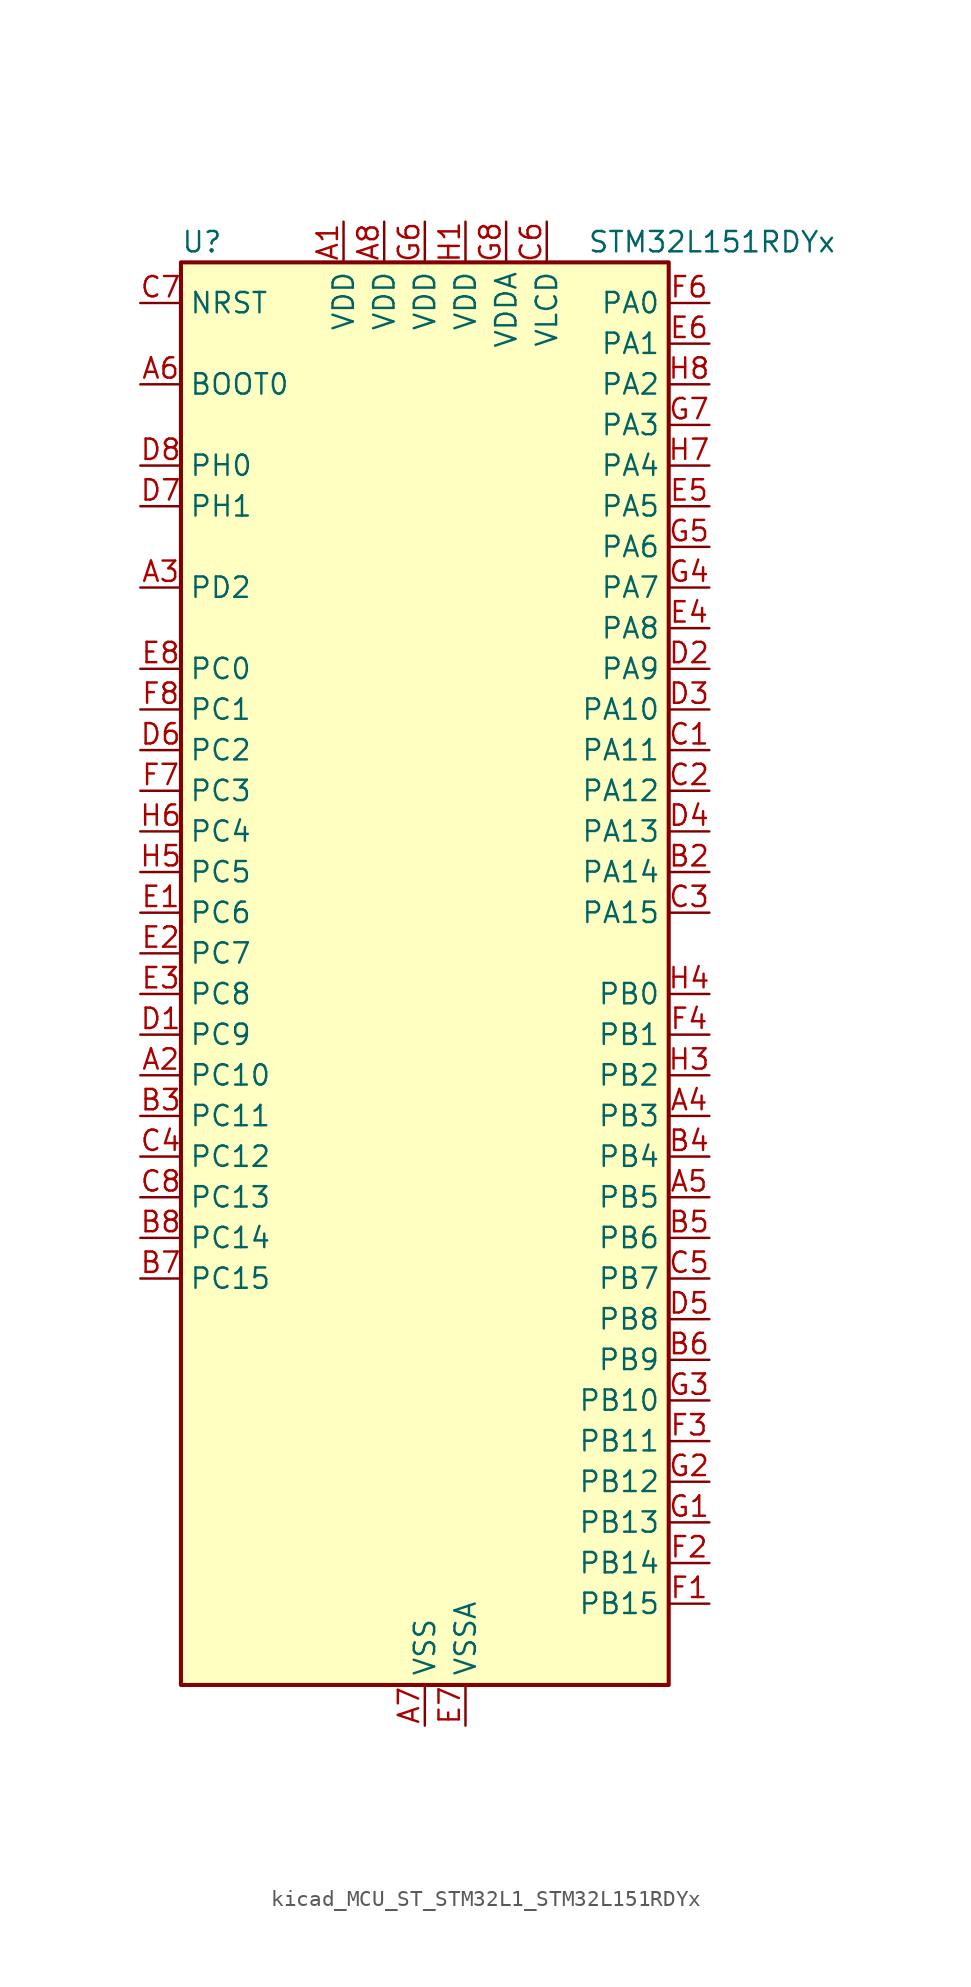
<source format=kicad_sym>
(kicad_symbol_lib
  (version 20220914)
  (generator kicad_symbol_editor)
  (symbol "kicad_MCU_ST_STM32L1_STM32L151RDYx"
    (property "Reference" "U"
      (at -15.24 46.99 0)
      (effects (font (size 1.27 1.27)) (justify left)))
    (property "Value" "STM32L151RDYx"
      (at 10.16 46.99 0)
      (effects (font (size 1.27 1.27)) (justify left)))
    (property "ki_locked" ""
      (at 0 0 0)
      (effects (font (size 1.27 1.27))))
    (symbol "kicad_MCU_ST_STM32L1_STM32L151RDYx_0_1"
      (rectangle (start -15.24 -43.18) (end 15.24 45.72) (stroke (width 0.254) (type default)) (fill (type background))))
    (symbol "kicad_MCU_ST_STM32L1_STM32L151RDYx_1_1"
      (pin power_in line (at -5.08 48.26 270) (length 2.54) (name "VDD" (effects (font (size 1.27 1.27)))) (number "A1" (effects (font (size 1.27 1.27)))))
      (pin bidirectional line (at -17.78 -5.08 0) (length 2.54) (name "PC10" (effects (font (size 1.27 1.27)))) (number "A2" (effects (font (size 1.27 1.27)))) (alternate "I2S3_CK" bidirectional line) (alternate "SDIO_D2" bidirectional line) (alternate "SPI3_SCK" bidirectional line) (alternate "TIMX_IC3" bidirectional line) (alternate "UART4_TX" bidirectional line) (alternate "USART3_TX" bidirectional line))
      (pin bidirectional line (at -17.78 25.4 0) (length 2.54) (name "PD2" (effects (font (size 1.27 1.27)))) (number "A3" (effects (font (size 1.27 1.27)))) (alternate "SDIO_CMD" bidirectional line) (alternate "TIM3_ETR" bidirectional line) (alternate "TIMX_IC3" bidirectional line) (alternate "UART5_RX" bidirectional line))
      (pin bidirectional line (at 17.78 -7.62 180) (length 2.54) (name "PB3" (effects (font (size 1.27 1.27)))) (number "A4" (effects (font (size 1.27 1.27)))) (alternate "COMP2_INM" bidirectional line) (alternate "I2S3_CK" bidirectional line) (alternate "SPI1_SCK" bidirectional line) (alternate "SPI3_SCK" bidirectional line) (alternate "SYS_JTDO-TRACESWO" bidirectional line) (alternate "TIM2_CH2" bidirectional line))
      (pin bidirectional line (at 17.78 -12.7 180) (length 2.54) (name "PB5" (effects (font (size 1.27 1.27)))) (number "A5" (effects (font (size 1.27 1.27)))) (alternate "COMP2_INP" bidirectional line) (alternate "I2C1_SMBA" bidirectional line) (alternate "I2S3_SD" bidirectional line) (alternate "SPI1_MOSI" bidirectional line) (alternate "SPI3_MOSI" bidirectional line) (alternate "TIM3_CH2" bidirectional line) (alternate "TS_G6_IO2" bidirectional line))
      (pin input line (at -17.78 38.1 0) (length 2.54) (name "BOOT0" (effects (font (size 1.27 1.27)))) (number "A6" (effects (font (size 1.27 1.27)))))
      (pin power_in line (at 0 -45.72 90) (length 2.54) (name "VSS" (effects (font (size 1.27 1.27)))) (number "A7" (effects (font (size 1.27 1.27)))))
      (pin power_in line (at -2.54 48.26 270) (length 2.54) (name "VDD" (effects (font (size 1.27 1.27)))) (number "A8" (effects (font (size 1.27 1.27)))))
      (pin passive line (at 0 -45.72 90) (length 2.54) hide (name "VSS" (effects (font (size 1.27 1.27)))) (number "B1" (effects (font (size 1.27 1.27)))))
      (pin bidirectional line (at 17.78 7.62 180) (length 2.54) (name "PA14" (effects (font (size 1.27 1.27)))) (number "B2" (effects (font (size 1.27 1.27)))) (alternate "SYS_JTCK-SWCLK" bidirectional line) (alternate "TIMX_IC3" bidirectional line) (alternate "TS_G5_IO2" bidirectional line))
      (pin bidirectional line (at -17.78 -7.62 0) (length 2.54) (name "PC11" (effects (font (size 1.27 1.27)))) (number "B3" (effects (font (size 1.27 1.27)))) (alternate "ADC_EXTI11" bidirectional line) (alternate "SDIO_D3" bidirectional line) (alternate "SPI3_MISO" bidirectional line) (alternate "TIMX_IC4" bidirectional line) (alternate "UART4_RX" bidirectional line) (alternate "USART3_RX" bidirectional line))
      (pin bidirectional line (at 17.78 -10.16 180) (length 2.54) (name "PB4" (effects (font (size 1.27 1.27)))) (number "B4" (effects (font (size 1.27 1.27)))) (alternate "COMP2_INP" bidirectional line) (alternate "SPI1_MISO" bidirectional line) (alternate "SPI3_MISO" bidirectional line) (alternate "SYS_JTRST" bidirectional line) (alternate "TIM3_CH1" bidirectional line) (alternate "TS_G6_IO1" bidirectional line))
      (pin bidirectional line (at 17.78 -15.24 180) (length 2.54) (name "PB6" (effects (font (size 1.27 1.27)))) (number "B5" (effects (font (size 1.27 1.27)))) (alternate "COMP2_INP" bidirectional line) (alternate "I2C1_SCL" bidirectional line) (alternate "TIM4_CH1" bidirectional line) (alternate "TS_G6_IO3" bidirectional line) (alternate "USART1_TX" bidirectional line))
      (pin bidirectional line (at 17.78 -22.86 180) (length 2.54) (name "PB9" (effects (font (size 1.27 1.27)))) (number "B6" (effects (font (size 1.27 1.27)))) (alternate "DAC_EXTI9" bidirectional line) (alternate "I2C1_SDA" bidirectional line) (alternate "SDIO_D5" bidirectional line) (alternate "TIM11_CH1" bidirectional line) (alternate "TIM4_CH4" bidirectional line))
      (pin bidirectional line (at -17.78 -17.78 0) (length 2.54) (name "PC15" (effects (font (size 1.27 1.27)))) (number "B7" (effects (font (size 1.27 1.27)))) (alternate "ADC_EXTI15" bidirectional line) (alternate "RCC_OSC32_OUT" bidirectional line) (alternate "TIMX_IC4" bidirectional line))
      (pin bidirectional line (at -17.78 -15.24 0) (length 2.54) (name "PC14" (effects (font (size 1.27 1.27)))) (number "B8" (effects (font (size 1.27 1.27)))) (alternate "RCC_OSC32_IN" bidirectional line) (alternate "TIMX_IC3" bidirectional line))
      (pin bidirectional line (at 17.78 15.24 180) (length 2.54) (name "PA11" (effects (font (size 1.27 1.27)))) (number "C1" (effects (font (size 1.27 1.27)))) (alternate "ADC_EXTI11" bidirectional line) (alternate "SPI1_MISO" bidirectional line) (alternate "TIMX_IC4" bidirectional line) (alternate "USART1_CTS" bidirectional line) (alternate "USB_DM" bidirectional line))
      (pin bidirectional line (at 17.78 12.7 180) (length 2.54) (name "PA12" (effects (font (size 1.27 1.27)))) (number "C2" (effects (font (size 1.27 1.27)))) (alternate "SPI1_MOSI" bidirectional line) (alternate "TIMX_IC1" bidirectional line) (alternate "USART1_RTS" bidirectional line) (alternate "USB_DP" bidirectional line))
      (pin bidirectional line (at 17.78 5.08 180) (length 2.54) (name "PA15" (effects (font (size 1.27 1.27)))) (number "C3" (effects (font (size 1.27 1.27)))) (alternate "ADC_EXTI15" bidirectional line) (alternate "I2S3_WS" bidirectional line) (alternate "SPI1_NSS" bidirectional line) (alternate "SPI3_NSS" bidirectional line) (alternate "SYS_JTDI" bidirectional line) (alternate "TIM2_CH1" bidirectional line) (alternate "TIM2_ETR" bidirectional line) (alternate "TIMX_IC4" bidirectional line) (alternate "TS_G5_IO3" bidirectional line))
      (pin bidirectional line (at -17.78 -10.16 0) (length 2.54) (name "PC12" (effects (font (size 1.27 1.27)))) (number "C4" (effects (font (size 1.27 1.27)))) (alternate "I2S3_SD" bidirectional line) (alternate "SDIO_CK" bidirectional line) (alternate "SPI3_MOSI" bidirectional line) (alternate "TIMX_IC1" bidirectional line) (alternate "UART5_TX" bidirectional line) (alternate "USART3_CK" bidirectional line))
      (pin bidirectional line (at 17.78 -17.78 180) (length 2.54) (name "PB7" (effects (font (size 1.27 1.27)))) (number "C5" (effects (font (size 1.27 1.27)))) (alternate "COMP2_INP" bidirectional line) (alternate "I2C1_SDA" bidirectional line) (alternate "SYS_PVD_IN" bidirectional line) (alternate "TIM4_CH2" bidirectional line) (alternate "TS_G6_IO4" bidirectional line) (alternate "USART1_RX" bidirectional line))
      (pin power_in line (at 7.62 48.26 270) (length 2.54) (name "VLCD" (effects (font (size 1.27 1.27)))) (number "C6" (effects (font (size 1.27 1.27)))))
      (pin input line (at -17.78 43.18 0) (length 2.54) (name "NRST" (effects (font (size 1.27 1.27)))) (number "C7" (effects (font (size 1.27 1.27)))))
      (pin bidirectional line (at -17.78 -12.7 0) (length 2.54) (name "PC13" (effects (font (size 1.27 1.27)))) (number "C8" (effects (font (size 1.27 1.27)))) (alternate "RTC_OUT_ALARM" bidirectional line) (alternate "RTC_OUT_CALIB" bidirectional line) (alternate "RTC_TAMP1" bidirectional line) (alternate "RTC_TS" bidirectional line) (alternate "SYS_WKUP2" bidirectional line) (alternate "TIMX_IC2" bidirectional line))
      (pin bidirectional line (at -17.78 -2.54 0) (length 2.54) (name "PC9" (effects (font (size 1.27 1.27)))) (number "D1" (effects (font (size 1.27 1.27)))) (alternate "DAC_EXTI9" bidirectional line) (alternate "SDIO_D1" bidirectional line) (alternate "TIM3_CH4" bidirectional line) (alternate "TIMX_IC2" bidirectional line) (alternate "TS_G10_IO4" bidirectional line))
      (pin bidirectional line (at 17.78 20.32 180) (length 2.54) (name "PA9" (effects (font (size 1.27 1.27)))) (number "D2" (effects (font (size 1.27 1.27)))) (alternate "DAC_EXTI9" bidirectional line) (alternate "TIMX_IC2" bidirectional line) (alternate "TS_G4_IO2" bidirectional line) (alternate "USART1_TX" bidirectional line))
      (pin bidirectional line (at 17.78 17.78 180) (length 2.54) (name "PA10" (effects (font (size 1.27 1.27)))) (number "D3" (effects (font (size 1.27 1.27)))) (alternate "TIMX_IC3" bidirectional line) (alternate "TS_G4_IO3" bidirectional line) (alternate "USART1_RX" bidirectional line))
      (pin bidirectional line (at 17.78 10.16 180) (length 2.54) (name "PA13" (effects (font (size 1.27 1.27)))) (number "D4" (effects (font (size 1.27 1.27)))) (alternate "SYS_JTMS-SWDIO" bidirectional line) (alternate "TIMX_IC2" bidirectional line) (alternate "TS_G5_IO1" bidirectional line))
      (pin bidirectional line (at 17.78 -20.32 180) (length 2.54) (name "PB8" (effects (font (size 1.27 1.27)))) (number "D5" (effects (font (size 1.27 1.27)))) (alternate "I2C1_SCL" bidirectional line) (alternate "SDIO_D4" bidirectional line) (alternate "TIM10_CH1" bidirectional line) (alternate "TIM4_CH3" bidirectional line))
      (pin bidirectional line (at -17.78 15.24 0) (length 2.54) (name "PC2" (effects (font (size 1.27 1.27)))) (number "D6" (effects (font (size 1.27 1.27)))) (alternate "ADC_IN12" bidirectional line) (alternate "COMP1_INP" bidirectional line) (alternate "OPAMP3_VINM" bidirectional line) (alternate "TIMX_IC3" bidirectional line) (alternate "TS_G8_IO3" bidirectional line))
      (pin bidirectional line (at -17.78 30.48 0) (length 2.54) (name "PH1" (effects (font (size 1.27 1.27)))) (number "D7" (effects (font (size 1.27 1.27)))) (alternate "RCC_OSC_OUT" bidirectional line))
      (pin bidirectional line (at -17.78 33.02 0) (length 2.54) (name "PH0" (effects (font (size 1.27 1.27)))) (number "D8" (effects (font (size 1.27 1.27)))) (alternate "RCC_OSC_IN" bidirectional line))
      (pin bidirectional line (at -17.78 5.08 0) (length 2.54) (name "PC6" (effects (font (size 1.27 1.27)))) (number "E1" (effects (font (size 1.27 1.27)))) (alternate "I2S2_MCK" bidirectional line) (alternate "SDIO_D6" bidirectional line) (alternate "TIM3_CH1" bidirectional line) (alternate "TIMX_IC3" bidirectional line) (alternate "TS_G10_IO1" bidirectional line))
      (pin bidirectional line (at -17.78 2.54 0) (length 2.54) (name "PC7" (effects (font (size 1.27 1.27)))) (number "E2" (effects (font (size 1.27 1.27)))) (alternate "I2S3_MCK" bidirectional line) (alternate "SDIO_D7" bidirectional line) (alternate "TIM3_CH2" bidirectional line) (alternate "TIMX_IC4" bidirectional line) (alternate "TS_G10_IO2" bidirectional line))
      (pin bidirectional line (at -17.78 0 0) (length 2.54) (name "PC8" (effects (font (size 1.27 1.27)))) (number "E3" (effects (font (size 1.27 1.27)))) (alternate "SDIO_D0" bidirectional line) (alternate "TIM3_CH3" bidirectional line) (alternate "TIMX_IC1" bidirectional line) (alternate "TS_G10_IO3" bidirectional line))
      (pin bidirectional line (at 17.78 22.86 180) (length 2.54) (name "PA8" (effects (font (size 1.27 1.27)))) (number "E4" (effects (font (size 1.27 1.27)))) (alternate "RCC_MCO" bidirectional line) (alternate "TIMX_IC1" bidirectional line) (alternate "TS_G4_IO1" bidirectional line) (alternate "USART1_CK" bidirectional line))
      (pin bidirectional line (at 17.78 30.48 180) (length 2.54) (name "PA5" (effects (font (size 1.27 1.27)))) (number "E5" (effects (font (size 1.27 1.27)))) (alternate "ADC_IN5" bidirectional line) (alternate "COMP1_INP" bidirectional line) (alternate "DAC_OUT2" bidirectional line) (alternate "SPI1_SCK" bidirectional line) (alternate "TIM2_CH1" bidirectional line) (alternate "TIM2_ETR" bidirectional line) (alternate "TIMX_IC2" bidirectional line))
      (pin bidirectional line (at 17.78 40.64 180) (length 2.54) (name "PA1" (effects (font (size 1.27 1.27)))) (number "E6" (effects (font (size 1.27 1.27)))) (alternate "ADC_IN1" bidirectional line) (alternate "COMP1_INP" bidirectional line) (alternate "OPAMP1_VINP" bidirectional line) (alternate "TIM2_CH2" bidirectional line) (alternate "TIM5_CH2" bidirectional line) (alternate "TIMX_IC2" bidirectional line) (alternate "TS_G1_IO2" bidirectional line) (alternate "USART2_RTS" bidirectional line))
      (pin power_in line (at 2.54 -45.72 90) (length 2.54) (name "VSSA" (effects (font (size 1.27 1.27)))) (number "E7" (effects (font (size 1.27 1.27)))))
      (pin bidirectional line (at -17.78 20.32 0) (length 2.54) (name "PC0" (effects (font (size 1.27 1.27)))) (number "E8" (effects (font (size 1.27 1.27)))) (alternate "ADC_IN10" bidirectional line) (alternate "COMP1_INP" bidirectional line) (alternate "TIMX_IC1" bidirectional line) (alternate "TS_G8_IO1" bidirectional line))
      (pin bidirectional line (at 17.78 -38.1 180) (length 2.54) (name "PB15" (effects (font (size 1.27 1.27)))) (number "F1" (effects (font (size 1.27 1.27)))) (alternate "ADC_EXTI15" bidirectional line) (alternate "ADC_IN21" bidirectional line) (alternate "COMP1_INP" bidirectional line) (alternate "I2S2_SD" bidirectional line) (alternate "RTC_REFIN" bidirectional line) (alternate "SPI2_MOSI" bidirectional line) (alternate "TIM11_CH1" bidirectional line) (alternate "TS_G7_IO4" bidirectional line))
      (pin bidirectional line (at 17.78 -35.56 180) (length 2.54) (name "PB14" (effects (font (size 1.27 1.27)))) (number "F2" (effects (font (size 1.27 1.27)))) (alternate "ADC_IN20" bidirectional line) (alternate "COMP1_INP" bidirectional line) (alternate "SPI2_MISO" bidirectional line) (alternate "TIM9_CH2" bidirectional line) (alternate "TS_G7_IO3" bidirectional line) (alternate "USART3_RTS" bidirectional line))
      (pin bidirectional line (at 17.78 -27.94 180) (length 2.54) (name "PB11" (effects (font (size 1.27 1.27)))) (number "F3" (effects (font (size 1.27 1.27)))) (alternate "ADC_EXTI11" bidirectional line) (alternate "I2C2_SDA" bidirectional line) (alternate "TIM2_CH4" bidirectional line) (alternate "USART3_RX" bidirectional line))
      (pin bidirectional line (at 17.78 -2.54 180) (length 2.54) (name "PB1" (effects (font (size 1.27 1.27)))) (number "F4" (effects (font (size 1.27 1.27)))) (alternate "ADC_IN9" bidirectional line) (alternate "COMP1_INP" bidirectional line) (alternate "SYS_V_REF_OUT" bidirectional line) (alternate "TIM3_CH4" bidirectional line) (alternate "TS_G3_IO2" bidirectional line))
      (pin passive line (at 0 -45.72 90) (length 2.54) hide (name "VSS" (effects (font (size 1.27 1.27)))) (number "F5" (effects (font (size 1.27 1.27)))))
      (pin bidirectional line (at 17.78 43.18 180) (length 2.54) (name "PA0" (effects (font (size 1.27 1.27)))) (number "F6" (effects (font (size 1.27 1.27)))) (alternate "ADC_IN0" bidirectional line) (alternate "COMP1_INP" bidirectional line) (alternate "RTC_TAMP2" bidirectional line) (alternate "SYS_WKUP1" bidirectional line) (alternate "TIM2_CH1" bidirectional line) (alternate "TIM2_ETR" bidirectional line) (alternate "TIM5_CH1" bidirectional line) (alternate "TIMX_IC1" bidirectional line) (alternate "TS_G1_IO1" bidirectional line) (alternate "USART2_CTS" bidirectional line))
      (pin bidirectional line (at -17.78 12.7 0) (length 2.54) (name "PC3" (effects (font (size 1.27 1.27)))) (number "F7" (effects (font (size 1.27 1.27)))) (alternate "ADC_IN13" bidirectional line) (alternate "COMP1_INP" bidirectional line) (alternate "OPAMP3_VOUT" bidirectional line) (alternate "TIMX_IC4" bidirectional line) (alternate "TS_G8_IO4" bidirectional line))
      (pin bidirectional line (at -17.78 17.78 0) (length 2.54) (name "PC1" (effects (font (size 1.27 1.27)))) (number "F8" (effects (font (size 1.27 1.27)))) (alternate "ADC_IN11" bidirectional line) (alternate "COMP1_INP" bidirectional line) (alternate "OPAMP3_VINP" bidirectional line) (alternate "TIMX_IC2" bidirectional line) (alternate "TS_G8_IO2" bidirectional line))
      (pin bidirectional line (at 17.78 -33.02 180) (length 2.54) (name "PB13" (effects (font (size 1.27 1.27)))) (number "G1" (effects (font (size 1.27 1.27)))) (alternate "ADC_IN19" bidirectional line) (alternate "COMP1_INP" bidirectional line) (alternate "I2S2_CK" bidirectional line) (alternate "SPI2_SCK" bidirectional line) (alternate "TIM9_CH1" bidirectional line) (alternate "TS_G7_IO2" bidirectional line) (alternate "USART3_CTS" bidirectional line))
      (pin bidirectional line (at 17.78 -30.48 180) (length 2.54) (name "PB12" (effects (font (size 1.27 1.27)))) (number "G2" (effects (font (size 1.27 1.27)))) (alternate "ADC_IN18" bidirectional line) (alternate "COMP1_INP" bidirectional line) (alternate "I2C2_SMBA" bidirectional line) (alternate "I2S2_WS" bidirectional line) (alternate "SPI2_NSS" bidirectional line) (alternate "TIM10_CH1" bidirectional line) (alternate "TS_G7_IO1" bidirectional line) (alternate "USART3_CK" bidirectional line))
      (pin bidirectional line (at 17.78 -25.4 180) (length 2.54) (name "PB10" (effects (font (size 1.27 1.27)))) (number "G3" (effects (font (size 1.27 1.27)))) (alternate "I2C2_SCL" bidirectional line) (alternate "TIM2_CH3" bidirectional line) (alternate "USART3_TX" bidirectional line))
      (pin bidirectional line (at 17.78 25.4 180) (length 2.54) (name "PA7" (effects (font (size 1.27 1.27)))) (number "G4" (effects (font (size 1.27 1.27)))) (alternate "ADC_IN7" bidirectional line) (alternate "COMP1_INP" bidirectional line) (alternate "OPAMP2_VINM" bidirectional line) (alternate "SPI1_MOSI" bidirectional line) (alternate "TIM11_CH1" bidirectional line) (alternate "TIM3_CH2" bidirectional line) (alternate "TIMX_IC4" bidirectional line) (alternate "TS_G2_IO2" bidirectional line))
      (pin bidirectional line (at 17.78 27.94 180) (length 2.54) (name "PA6" (effects (font (size 1.27 1.27)))) (number "G5" (effects (font (size 1.27 1.27)))) (alternate "ADC_IN6" bidirectional line) (alternate "COMP1_INP" bidirectional line) (alternate "OPAMP2_VINP" bidirectional line) (alternate "SPI1_MISO" bidirectional line) (alternate "TIM10_CH1" bidirectional line) (alternate "TIM3_CH1" bidirectional line) (alternate "TIMX_IC3" bidirectional line) (alternate "TS_G2_IO1" bidirectional line))
      (pin power_in line (at 0 48.26 270) (length 2.54) (name "VDD" (effects (font (size 1.27 1.27)))) (number "G6" (effects (font (size 1.27 1.27)))))
      (pin bidirectional line (at 17.78 35.56 180) (length 2.54) (name "PA3" (effects (font (size 1.27 1.27)))) (number "G7" (effects (font (size 1.27 1.27)))) (alternate "ADC_IN3" bidirectional line) (alternate "COMP1_INP" bidirectional line) (alternate "OPAMP1_VOUT" bidirectional line) (alternate "TIM2_CH4" bidirectional line) (alternate "TIM5_CH4" bidirectional line) (alternate "TIM9_CH2" bidirectional line) (alternate "TIMX_IC4" bidirectional line) (alternate "TS_G1_IO4" bidirectional line) (alternate "USART2_RX" bidirectional line))
      (pin power_in line (at 5.08 48.26 270) (length 2.54) (name "VDDA" (effects (font (size 1.27 1.27)))) (number "G8" (effects (font (size 1.27 1.27)))))
      (pin power_in line (at 2.54 48.26 270) (length 2.54) (name "VDD" (effects (font (size 1.27 1.27)))) (number "H1" (effects (font (size 1.27 1.27)))))
      (pin passive line (at 0 -45.72 90) (length 2.54) hide (name "VSS" (effects (font (size 1.27 1.27)))) (number "H2" (effects (font (size 1.27 1.27)))))
      (pin bidirectional line (at 17.78 -5.08 180) (length 2.54) (name "PB2" (effects (font (size 1.27 1.27)))) (number "H3" (effects (font (size 1.27 1.27)))) (alternate "TS_G3_IO3" bidirectional line))
      (pin bidirectional line (at 17.78 0 180) (length 2.54) (name "PB0" (effects (font (size 1.27 1.27)))) (number "H4" (effects (font (size 1.27 1.27)))) (alternate "ADC_IN8" bidirectional line) (alternate "COMP1_INP" bidirectional line) (alternate "OPAMP2_VOUT" bidirectional line) (alternate "SYS_V_REF_OUT" bidirectional line) (alternate "TIM3_CH3" bidirectional line) (alternate "TS_G3_IO1" bidirectional line))
      (pin bidirectional line (at -17.78 7.62 0) (length 2.54) (name "PC5" (effects (font (size 1.27 1.27)))) (number "H5" (effects (font (size 1.27 1.27)))) (alternate "ADC_IN15" bidirectional line) (alternate "COMP1_INP" bidirectional line) (alternate "TIMX_IC2" bidirectional line) (alternate "TS_G9_IO2" bidirectional line))
      (pin bidirectional line (at -17.78 10.16 0) (length 2.54) (name "PC4" (effects (font (size 1.27 1.27)))) (number "H6" (effects (font (size 1.27 1.27)))) (alternate "ADC_IN14" bidirectional line) (alternate "COMP1_INP" bidirectional line) (alternate "TIMX_IC1" bidirectional line) (alternate "TS_G9_IO1" bidirectional line))
      (pin bidirectional line (at 17.78 33.02 180) (length 2.54) (name "PA4" (effects (font (size 1.27 1.27)))) (number "H7" (effects (font (size 1.27 1.27)))) (alternate "ADC_IN4" bidirectional line) (alternate "COMP1_INP" bidirectional line) (alternate "DAC_OUT1" bidirectional line) (alternate "I2S3_WS" bidirectional line) (alternate "SPI1_NSS" bidirectional line) (alternate "SPI3_NSS" bidirectional line) (alternate "TIMX_IC1" bidirectional line) (alternate "USART2_CK" bidirectional line))
      (pin bidirectional line (at 17.78 38.1 180) (length 2.54) (name "PA2" (effects (font (size 1.27 1.27)))) (number "H8" (effects (font (size 1.27 1.27)))) (alternate "ADC_IN2" bidirectional line) (alternate "COMP1_INP" bidirectional line) (alternate "OPAMP1_VINM" bidirectional line) (alternate "TIM2_CH3" bidirectional line) (alternate "TIM5_CH3" bidirectional line) (alternate "TIM9_CH1" bidirectional line) (alternate "TIMX_IC3" bidirectional line) (alternate "TS_G1_IO3" bidirectional line) (alternate "USART2_TX" bidirectional line)))))
</source>
